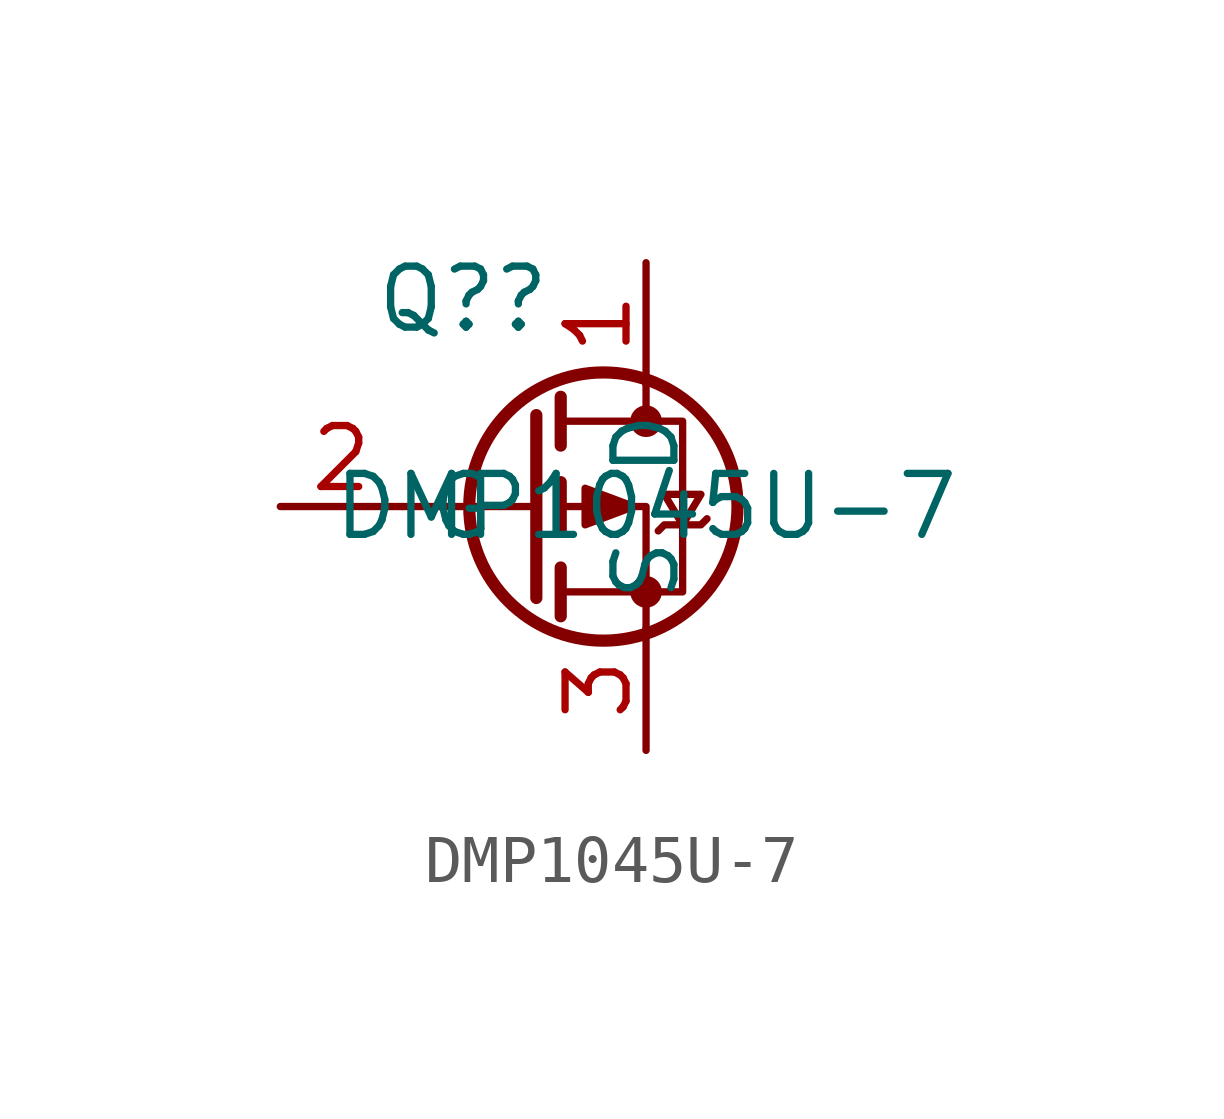
<source format=kicad_sym>
(kicad_symbol_lib
  (version 20241209)
  (generator "kicad_symbol_editor")
  (generator_version "9.0")
  (symbol "DMP1045U-7"
    (property "Reference" "Q?"
      (at -3.81 4.318 0)
      (effects (font (size 1.27 1.27))))
    (property "Value" "DMP1045U-7"
      (at 0 0 0)
      (effects (font (size 1.27 1.27))))
    (symbol "DMP1045U-7_0_1"
      (polyline (pts (xy -2.286 1.905) (xy -2.286 -1.905)) (stroke (width 0.254) (type default)) (fill (type none)))
      (polyline (pts (xy -2.286 0) (xy -5.08 0)) (stroke (width 0) (type default)) (fill (type none)))
      (polyline (pts (xy -1.778 2.286) (xy -1.778 1.27)) (stroke (width 0.254) (type default)) (fill (type none)))
      (polyline (pts (xy -1.778 1.778) (xy 0.762 1.778) (xy 0.762 -1.778) (xy -1.778 -1.778)) (stroke (width 0) (type default)) (fill (type none)))
      (polyline (pts (xy -1.778 0.508) (xy -1.778 -0.508)) (stroke (width 0.254) (type default)) (fill (type none)))
      (polyline (pts (xy -1.778 -1.27) (xy -1.778 -2.286)) (stroke (width 0.254) (type default)) (fill (type none)))
      (circle (center -0.889 0) (radius 2.794) (stroke (width 0.254) (type default)) (fill (type none)))
      (polyline (pts (xy -0.254 0) (xy -1.27 0.381) (xy -1.27 -0.381) (xy -0.254 0)) (stroke (width 0) (type default)) (fill (type outline)))
      (polyline (pts (xy 0 2.54) (xy 0 1.778)) (stroke (width 0) (type default)) (fill (type none)))
      (circle (center 0 1.778) (radius 0.254) (stroke (width 0) (type default)) (fill (type outline)))
      (circle (center 0 -1.778) (radius 0.254) (stroke (width 0) (type default)) (fill (type outline)))
      (polyline (pts (xy 0 -2.54) (xy 0 0) (xy -1.778 0)) (stroke (width 0) (type default)) (fill (type none)))
      (polyline (pts (xy 0.254 -0.508) (xy 0.381 -0.381) (xy 1.143 -0.381) (xy 1.27 -0.254)) (stroke (width 0) (type default)) (fill (type none)))
      (polyline (pts (xy 0.762 -0.381) (xy 0.381 0.254) (xy 1.143 0.254) (xy 0.762 -0.381)) (stroke (width 0) (type default)) (fill (type none))))
    (symbol "DMP1045U-7_1_1"
      (pin input line (at -7.62 0 0) (length 2.54) (name "G" (effects (font (size 1.27 1.27)))) (number "2" (effects (font (size 1.27 1.27)))))
      (pin passive line (at 0 5.08 270) (length 2.54) (name "D" (effects (font (size 1.27 1.27)))) (number "1" (effects (font (size 1.27 1.27)))))
      (pin passive line (at 0 -5.08 90) (length 2.54) (name "S" (effects (font (size 1.27 1.27)))) (number "3" (effects (font (size 1.27 1.27))))))))
</source>
